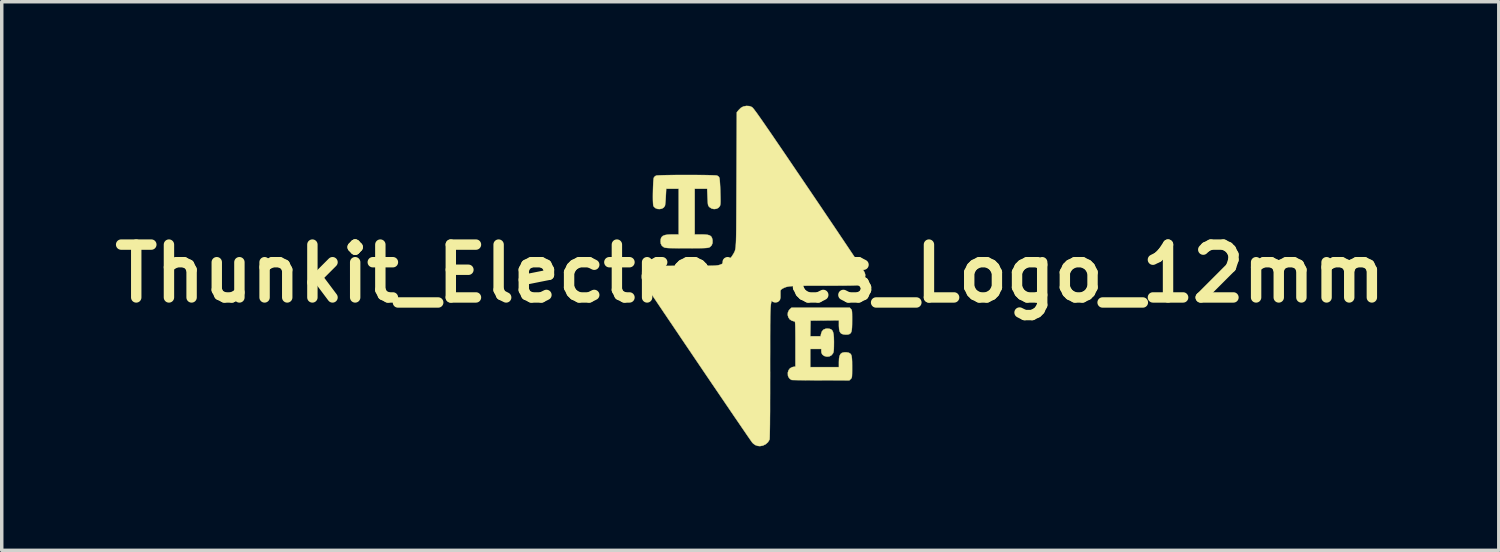
<source format=kicad_pcb>
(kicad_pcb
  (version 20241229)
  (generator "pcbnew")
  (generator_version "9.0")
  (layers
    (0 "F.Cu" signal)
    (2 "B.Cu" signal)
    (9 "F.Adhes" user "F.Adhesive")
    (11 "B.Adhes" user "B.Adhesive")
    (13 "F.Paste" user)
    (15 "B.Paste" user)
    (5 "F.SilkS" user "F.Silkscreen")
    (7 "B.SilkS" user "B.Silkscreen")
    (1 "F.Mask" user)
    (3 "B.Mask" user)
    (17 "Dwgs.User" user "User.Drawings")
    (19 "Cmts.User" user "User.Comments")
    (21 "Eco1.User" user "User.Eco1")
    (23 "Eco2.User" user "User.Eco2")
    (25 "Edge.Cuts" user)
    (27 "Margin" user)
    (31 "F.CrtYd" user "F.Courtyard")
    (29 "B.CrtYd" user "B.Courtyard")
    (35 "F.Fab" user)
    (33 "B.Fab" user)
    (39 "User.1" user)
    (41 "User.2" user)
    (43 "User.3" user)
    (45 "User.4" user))
  (footprint "Thunkit_Electronics_Logo_12mm"
    (layer "F.Cu")
    (at 18.586 4.838)
    (property "Reference" "Thunkit_Electronics_Logo_12mm" (at 0 0 0) (layer "F.SilkS") (effects (font (size 1.524 1.524) (thickness 0.3))))
    (attr through_hole)
    (fp_poly (pts (xy -1.623 -2.842) (xy -1.482 -2.841) (xy -1.35 -2.84) (xy -1.231 -2.838) (xy -1.129 -2.835) (xy -1.047 -2.832) (xy -0.988 -2.829) (xy -0.958 -2.825) (xy -0.956 -2.825) (xy -0.909 -2.793) (xy -0.89 -2.759) (xy -0.885 -2.729) (xy -0.879 -2.673) (xy -0.874 -2.596) (xy -0.869 -2.503) (xy -0.864 -2.399) (xy -0.863 -2.351) (xy -0.86 -2.233) (xy -0.858 -2.141) (xy -0.858 -2.073) (xy -0.86 -2.023) (xy -0.864 -1.988) (xy -0.87 -1.963) (xy -0.878 -1.943) (xy -0.919 -1.895) (xy -0.977 -1.867) (xy -1.044 -1.859) (xy -1.111 -1.873) (xy -1.171 -1.91) (xy -1.177 -1.916) (xy -1.194 -1.934) (xy -1.207 -1.953) (xy -1.216 -1.977) (xy -1.222 -2.012) (xy -1.226 -2.064) (xy -1.23 -2.139) (xy -1.233 -2.203) (xy -1.243 -2.445) (xy -1.603 -2.445) (xy -1.603 -1.127) (xy -1.42 -1.127) (xy -1.311 -1.125) (xy -1.229 -1.116) (xy -1.17 -1.099) (xy -1.131 -1.072) (xy -1.106 -1.032) (xy -1.091 -0.977) (xy -1.088 -0.958) (xy -1.089 -0.878) (xy -1.115 -0.812) (xy -1.162 -0.765) (xy -1.175 -0.758) (xy -1.192 -0.751) (xy -1.213 -0.745) (xy -1.242 -0.74) (xy -1.281 -0.737) (xy -1.335 -0.734) (xy -1.405 -0.732) (xy -1.497 -0.731) (xy -1.612 -0.731) (xy -1.754 -0.73) (xy -1.834 -0.73) (xy -1.99 -0.73) (xy -2.117 -0.731) (xy -2.22 -0.732) (xy -2.3 -0.733) (xy -2.362 -0.735) (xy -2.408 -0.739) (xy -2.441 -0.743) (xy -2.466 -0.748) (xy -2.484 -0.754) (xy -2.492 -0.758) (xy -2.548 -0.8) (xy -2.579 -0.858) (xy -2.587 -0.929) (xy -2.581 -0.996) (xy -2.56 -1.048) (xy -2.52 -1.085) (xy -2.46 -1.109) (xy -2.375 -1.123) (xy -2.263 -1.127) (xy -2.25 -1.127) (xy -2.064 -1.127) (xy -2.064 -2.445) (xy -2.425 -2.445) (xy -2.436 -2.219) (xy -2.441 -2.134) (xy -2.447 -2.057) (xy -2.454 -1.996) (xy -2.46 -1.958) (xy -2.462 -1.952) (xy -2.496 -1.903) (xy -2.548 -1.872) (xy -2.611 -1.859) (xy -2.675 -1.863) (xy -2.734 -1.886) (xy -2.78 -1.927) (xy -2.794 -1.953) (xy -2.8 -1.984) (xy -2.804 -2.041) (xy -2.807 -2.118) (xy -2.808 -2.21) (xy -2.807 -2.31) (xy -2.805 -2.413) (xy -2.802 -2.513) (xy -2.798 -2.604) (xy -2.793 -2.68) (xy -2.787 -2.737) (xy -2.781 -2.764) (xy -2.75 -2.803) (xy -2.713 -2.824) (xy -2.686 -2.828) (xy -2.63 -2.831) (xy -2.551 -2.834) (xy -2.45 -2.837) (xy -2.333 -2.839) (xy -2.202 -2.841) (xy -2.062 -2.842) (xy -1.917 -2.842) (xy -1.769 -2.842) (xy -1.623 -2.842)) (stroke (width 0.01) (type solid)) (fill yes) (layer "F.SilkS"))
    (fp_poly (pts (xy 2.902 1.021) (xy 2.915 1.036) (xy 2.924 1.053) (xy 2.93 1.077) (xy 2.934 1.114) (xy 2.936 1.168) (xy 2.937 1.244) (xy 2.937 1.347) (xy 2.937 1.347) (xy 2.936 1.466) (xy 2.933 1.557) (xy 2.927 1.624) (xy 2.917 1.673) (xy 2.902 1.707) (xy 2.881 1.731) (xy 2.858 1.746) (xy 2.812 1.759) (xy 2.751 1.761) (xy 2.687 1.755) (xy 2.637 1.739) (xy 2.636 1.739) (xy 2.601 1.711) (xy 2.576 1.667) (xy 2.562 1.603) (xy 2.556 1.513) (xy 2.556 1.482) (xy 2.556 1.349) (xy 2.147 1.353) (xy 1.738 1.357) (xy 1.734 1.584) (xy 1.73 1.81) (xy 2.029 1.81) (xy 2.04 1.743) (xy 2.066 1.668) (xy 2.112 1.617) (xy 2.178 1.591) (xy 2.218 1.587) (xy 2.278 1.592) (xy 2.325 1.607) (xy 2.36 1.635) (xy 2.385 1.681) (xy 2.401 1.748) (xy 2.41 1.839) (xy 2.413 1.957) (xy 2.413 1.996) (xy 2.412 2.096) (xy 2.41 2.17) (xy 2.406 2.224) (xy 2.4 2.262) (xy 2.39 2.292) (xy 2.385 2.302) (xy 2.341 2.357) (xy 2.28 2.39) (xy 2.21 2.397) (xy 2.136 2.378) (xy 2.127 2.373) (xy 2.078 2.336) (xy 2.053 2.285) (xy 2.048 2.231) (xy 2.048 2.175) (xy 1.73 2.175) (xy 1.73 2.699) (xy 2.556 2.699) (xy 2.556 2.554) (xy 2.56 2.452) (xy 2.575 2.376) (xy 2.6 2.324) (xy 2.638 2.292) (xy 2.645 2.288) (xy 2.704 2.273) (xy 2.775 2.272) (xy 2.839 2.284) (xy 2.85 2.289) (xy 2.878 2.305) (xy 2.899 2.325) (xy 2.915 2.356) (xy 2.925 2.399) (xy 2.932 2.46) (xy 2.936 2.544) (xy 2.937 2.653) (xy 2.937 2.699) (xy 2.937 2.804) (xy 2.936 2.882) (xy 2.934 2.938) (xy 2.931 2.976) (xy 2.925 3.002) (xy 2.917 3.019) (xy 2.905 3.033) (xy 2.898 3.041) (xy 2.859 3.08) (xy 2.037 3.078) (xy 1.878 3.078) (xy 1.728 3.077) (xy 1.59 3.076) (xy 1.468 3.075) (xy 1.364 3.074) (xy 1.282 3.072) (xy 1.224 3.071) (xy 1.194 3.069) (xy 1.191 3.069) (xy 1.14 3.036) (xy 1.101 2.984) (xy 1.086 2.942) (xy 1.083 2.858) (xy 1.105 2.786) (xy 1.149 2.731) (xy 1.214 2.698) (xy 1.238 2.693) (xy 1.302 2.682) (xy 1.302 2.032) (xy 1.302 1.869) (xy 1.301 1.735) (xy 1.3 1.628) (xy 1.299 1.544) (xy 1.297 1.481) (xy 1.294 1.436) (xy 1.291 1.406) (xy 1.287 1.389) (xy 1.281 1.382) (xy 1.278 1.381) (xy 1.249 1.375) (xy 1.206 1.361) (xy 1.192 1.356) (xy 1.135 1.318) (xy 1.098 1.261) (xy 1.08 1.195) (xy 1.085 1.125) (xy 1.113 1.062) (xy 1.142 1.028) (xy 1.191 0.984) (xy 2.868 0.984) (xy 2.902 1.021)) (stroke (width 0.01) (type solid)) (fill yes) (layer "F.SilkS"))
    (fp_poly (pts (xy -0.028 -4.829) (xy 0.024 -4.812) (xy 0.057 -4.792) (xy 0.068 -4.782) (xy 0.085 -4.763) (xy 0.109 -4.734) (xy 0.14 -4.692) (xy 0.18 -4.639) (xy 0.228 -4.572) (xy 0.285 -4.491) (xy 0.353 -4.394) (xy 0.431 -4.281) (xy 0.521 -4.15) (xy 0.624 -4.001) (xy 0.739 -3.832) (xy 0.868 -3.643) (xy 1.012 -3.432) (xy 1.17 -3.199) (xy 1.344 -2.942) (xy 1.535 -2.661) (xy 1.697 -2.422) (xy 1.864 -2.175) (xy 2.026 -1.936) (xy 2.182 -1.704) (xy 2.332 -1.482) (xy 2.475 -1.27) (xy 2.609 -1.07) (xy 2.734 -0.884) (xy 2.849 -0.712) (xy 2.953 -0.557) (xy 3.045 -0.419) (xy 3.124 -0.3) (xy 3.189 -0.201) (xy 3.24 -0.124) (xy 3.275 -0.069) (xy 3.293 -0.039) (xy 3.296 -0.034) (xy 3.312 0.018) (xy 3.316 0.06) (xy 3.307 0.108) (xy 3.301 0.131) (xy 3.271 0.196) (xy 3.222 0.261) (xy 3.165 0.312) (xy 3.142 0.326) (xy 3.128 0.331) (xy 3.106 0.335) (xy 3.073 0.339) (xy 3.027 0.342) (xy 2.966 0.344) (xy 2.887 0.346) (xy 2.787 0.347) (xy 2.666 0.348) (xy 2.519 0.349) (xy 2.345 0.349) (xy 2.156 0.35) (xy 1.943 0.35) (xy 1.76 0.35) (xy 1.603 0.351) (xy 1.47 0.353) (xy 1.359 0.355) (xy 1.267 0.359) (xy 1.191 0.364) (xy 1.129 0.37) (xy 1.079 0.378) (xy 1.037 0.388) (xy 1.002 0.4) (xy 0.97 0.414) (xy 0.939 0.43) (xy 0.923 0.439) (xy 0.832 0.503) (xy 0.748 0.581) (xy 0.682 0.663) (xy 0.662 0.695) (xy 0.649 0.719) (xy 0.637 0.742) (xy 0.626 0.764) (xy 0.617 0.787) (xy 0.609 0.814) (xy 0.601 0.845) (xy 0.595 0.884) (xy 0.59 0.931) (xy 0.585 0.989) (xy 0.582 1.058) (xy 0.579 1.142) (xy 0.576 1.241) (xy 0.575 1.357) (xy 0.573 1.493) (xy 0.573 1.65) (xy 0.572 1.829) (xy 0.572 2.033) (xy 0.572 2.263) (xy 0.571 2.521) (xy 0.571 2.808) (xy 0.572 2.852) (xy 0.571 3.177) (xy 0.571 3.471) (xy 0.57 3.734) (xy 0.57 3.967) (xy 0.568 4.17) (xy 0.567 4.343) (xy 0.565 4.487) (xy 0.563 4.603) (xy 0.561 4.691) (xy 0.559 4.751) (xy 0.556 4.783) (xy 0.555 4.789) (xy 0.511 4.863) (xy 0.445 4.922) (xy 0.365 4.961) (xy 0.279 4.977) (xy 0.214 4.97) (xy 0.145 4.946) (xy 0.087 4.905) (xy 0.061 4.879) (xy 0.047 4.861) (xy 0.017 4.818) (xy -0.029 4.752) (xy -0.089 4.665) (xy -0.162 4.558) (xy -0.248 4.433) (xy -0.344 4.292) (xy -0.451 4.136) (xy -0.566 3.967) (xy -0.689 3.786) (xy -0.819 3.595) (xy -0.954 3.396) (xy -1.094 3.191) (xy -1.237 2.98) (xy -1.382 2.766) (xy -1.528 2.55) (xy -1.674 2.334) (xy -1.819 2.12) (xy -1.962 1.909) (xy -2.101 1.702) (xy -2.236 1.502) (xy -2.366 1.31) (xy -2.489 1.128) (xy -2.604 0.957) (xy -2.71 0.799) (xy -2.807 0.656) (xy -2.892 0.528) (xy -2.965 0.419) (xy -3.025 0.329) (xy -3.071 0.26) (xy -3.101 0.214) (xy -3.114 0.192) (xy -3.115 0.191) (xy -3.127 0.132) (xy -3.128 0.061) (xy -3.119 -0.006) (xy -3.105 -0.044) (xy -3.062 -0.104) (xy -3 -0.158) (xy -2.933 -0.197) (xy -2.91 -0.206) (xy -2.878 -0.21) (xy -2.816 -0.213) (xy -2.723 -0.216) (xy -2.601 -0.218) (xy -2.449 -0.22) (xy -2.268 -0.221) (xy -2.059 -0.222) (xy -1.912 -0.222) (xy -1.715 -0.222) (xy -1.547 -0.222) (xy -1.406 -0.222) (xy -1.288 -0.223) (xy -1.192 -0.224) (xy -1.114 -0.225) (xy -1.052 -0.227) (xy -1.003 -0.23) (xy -0.965 -0.234) (xy -0.934 -0.238) (xy -0.909 -0.243) (xy -0.886 -0.249) (xy -0.873 -0.253) (xy -0.745 -0.308) (xy -0.632 -0.386) (xy -0.539 -0.485) (xy -0.485 -0.569) (xy -0.473 -0.592) (xy -0.463 -0.611) (xy -0.453 -0.63) (xy -0.445 -0.65) (xy -0.438 -0.672) (xy -0.431 -0.699) (xy -0.426 -0.732) (xy -0.421 -0.773) (xy -0.417 -0.824) (xy -0.413 -0.886) (xy -0.41 -0.961) (xy -0.408 -1.052) (xy -0.406 -1.158) (xy -0.404 -1.284) (xy -0.403 -1.429) (xy -0.402 -1.597) (xy -0.401 -1.788) (xy -0.4 -2.004) (xy -0.399 -2.248) (xy -0.398 -2.521) (xy -0.397 -2.701) (xy -0.389 -4.648) (xy -0.34 -4.709) (xy -0.272 -4.777) (xy -0.2 -4.817) (xy -0.116 -4.833) (xy -0.094 -4.833) (xy -0.028 -4.829)) (stroke (width 0.01) (type solid)) (fill yes) (layer "F.SilkS")))
  (gr_rect
    (start -3 -3)
    (end 40.171 12.82)
    (stroke (width 0.1) (type default))
    (fill no)
    (layer "Edge.Cuts")))
</source>
